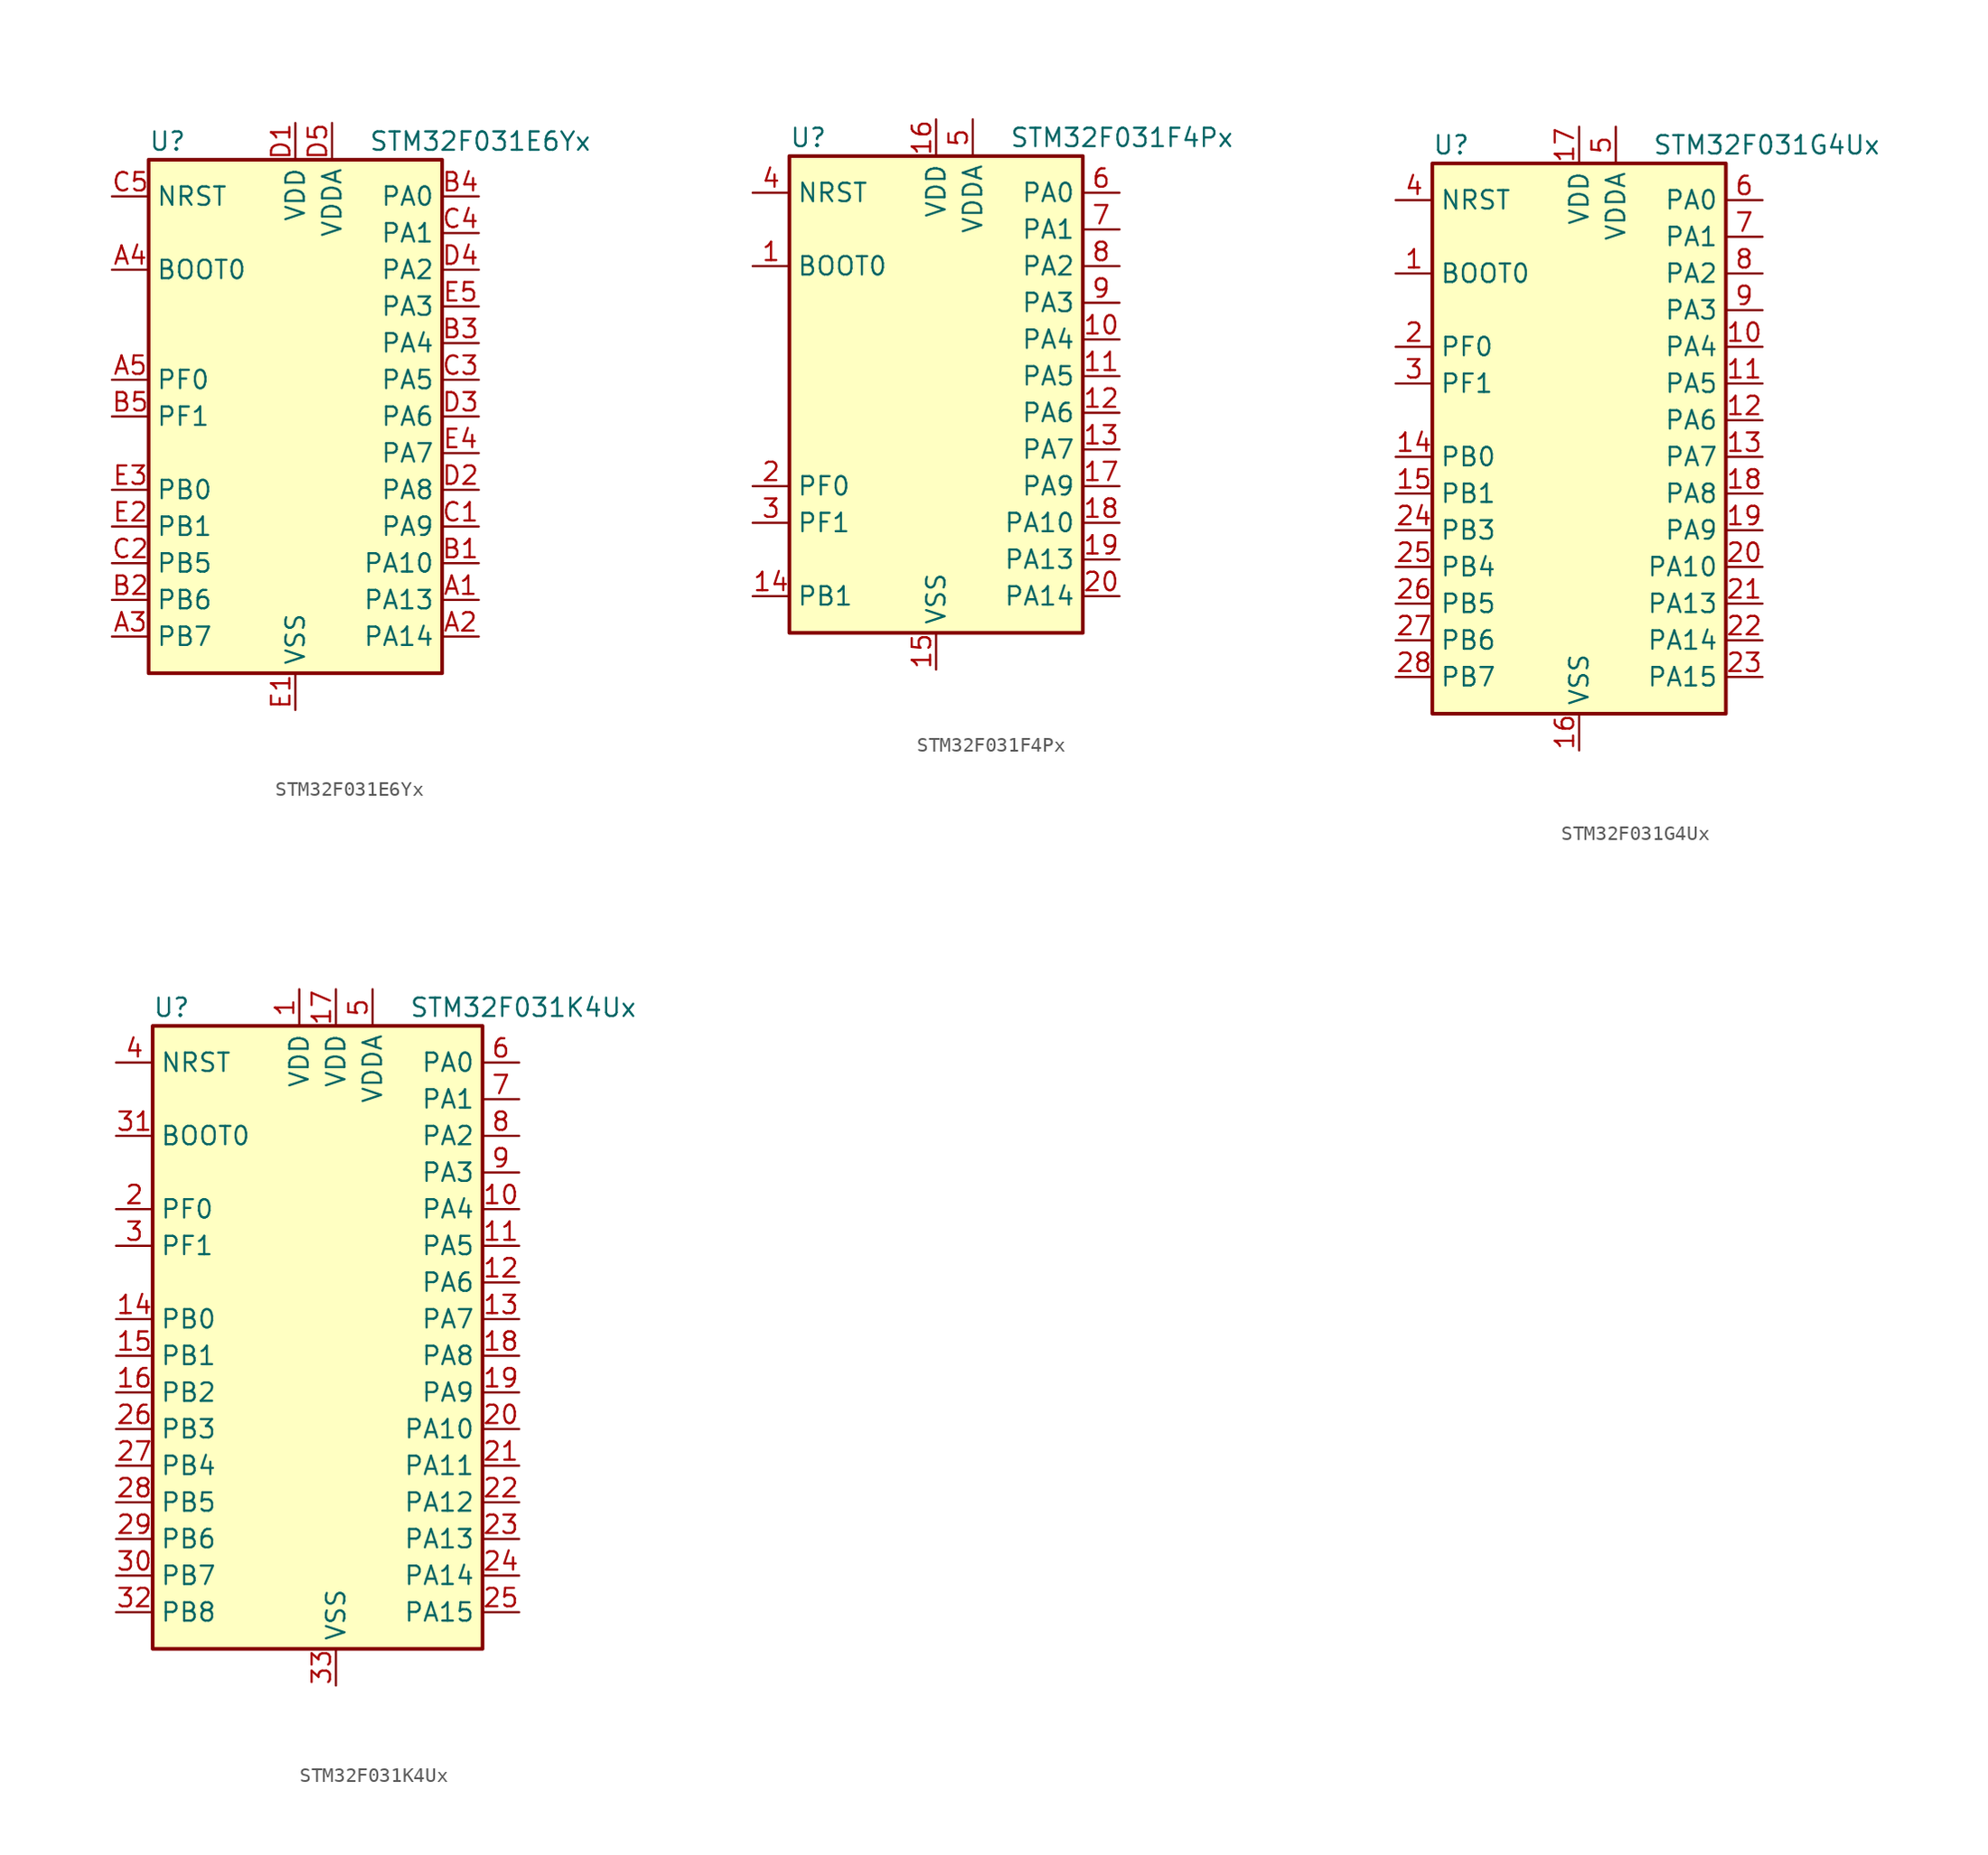
<source format=kicad_sym>
(kicad_symbol_lib
  (version 20201005)
  (generator kicad_symbol_editor)
  (symbol "STM32F031E6Yx"
    (property "Reference" "U"
      (at -10.16 19.05 0)
      (effects (font (size 1.27 1.27)) (justify left)))
    (property "Value" "STM32F031E6Yx"
      (at 5.08 19.05 0)
      (effects (font (size 1.27 1.27)) (justify left)))
    (symbol "STM32F031E6Yx_0_1"
      (rectangle (start -10.16 -17.78) (end 10.16 17.78) (stroke (width 0.254)) (fill (type background))))
    (symbol "STM32F031E6Yx_1_1"
      (pin bidirectional line (at 12.7 -12.7 180) (length 2.54) (name "PA13" (effects (font (size 1.27 1.27)))) (number "A1" (effects (font (size 1.27 1.27)))))
      (pin bidirectional line (at 12.7 -15.24 180) (length 2.54) (name "PA14" (effects (font (size 1.27 1.27)))) (number "A2" (effects (font (size 1.27 1.27)))))
      (pin bidirectional line (at -12.7 -15.24 0) (length 2.54) (name "PB7" (effects (font (size 1.27 1.27)))) (number "A3" (effects (font (size 1.27 1.27)))))
      (pin input line (at -12.7 10.16 0) (length 2.54) (name "BOOT0" (effects (font (size 1.27 1.27)))) (number "A4" (effects (font (size 1.27 1.27)))))
      (pin input line (at -12.7 2.54 0) (length 2.54) (name "PF0" (effects (font (size 1.27 1.27)))) (number "A5" (effects (font (size 1.27 1.27)))))
      (pin bidirectional line (at 12.7 -10.16 180) (length 2.54) (name "PA10" (effects (font (size 1.27 1.27)))) (number "B1" (effects (font (size 1.27 1.27)))))
      (pin bidirectional line (at -12.7 -12.7 0) (length 2.54) (name "PB6" (effects (font (size 1.27 1.27)))) (number "B2" (effects (font (size 1.27 1.27)))))
      (pin bidirectional line (at 12.7 5.08 180) (length 2.54) (name "PA4" (effects (font (size 1.27 1.27)))) (number "B3" (effects (font (size 1.27 1.27)))))
      (pin bidirectional line (at 12.7 15.24 180) (length 2.54) (name "PA0" (effects (font (size 1.27 1.27)))) (number "B4" (effects (font (size 1.27 1.27)))))
      (pin input line (at -12.7 0 0) (length 2.54) (name "PF1" (effects (font (size 1.27 1.27)))) (number "B5" (effects (font (size 1.27 1.27)))))
      (pin bidirectional line (at 12.7 -7.62 180) (length 2.54) (name "PA9" (effects (font (size 1.27 1.27)))) (number "C1" (effects (font (size 1.27 1.27)))))
      (pin bidirectional line (at -12.7 -10.16 0) (length 2.54) (name "PB5" (effects (font (size 1.27 1.27)))) (number "C2" (effects (font (size 1.27 1.27)))))
      (pin bidirectional line (at 12.7 2.54 180) (length 2.54) (name "PA5" (effects (font (size 1.27 1.27)))) (number "C3" (effects (font (size 1.27 1.27)))))
      (pin bidirectional line (at 12.7 12.7 180) (length 2.54) (name "PA1" (effects (font (size 1.27 1.27)))) (number "C4" (effects (font (size 1.27 1.27)))))
      (pin input line (at -12.7 15.24 0) (length 2.54) (name "NRST" (effects (font (size 1.27 1.27)))) (number "C5" (effects (font (size 1.27 1.27)))))
      (pin power_in line (at 0 20.32 270) (length 2.54) (name "VDD" (effects (font (size 1.27 1.27)))) (number "D1" (effects (font (size 1.27 1.27)))))
      (pin bidirectional line (at 12.7 -5.08 180) (length 2.54) (name "PA8" (effects (font (size 1.27 1.27)))) (number "D2" (effects (font (size 1.27 1.27)))))
      (pin bidirectional line (at 12.7 0 180) (length 2.54) (name "PA6" (effects (font (size 1.27 1.27)))) (number "D3" (effects (font (size 1.27 1.27)))))
      (pin bidirectional line (at 12.7 10.16 180) (length 2.54) (name "PA2" (effects (font (size 1.27 1.27)))) (number "D4" (effects (font (size 1.27 1.27)))))
      (pin power_in line (at 2.54 20.32 270) (length 2.54) (name "VDDA" (effects (font (size 1.27 1.27)))) (number "D5" (effects (font (size 1.27 1.27)))))
      (pin power_in line (at 0 -20.32 90) (length 2.54) (name "VSS" (effects (font (size 1.27 1.27)))) (number "E1" (effects (font (size 1.27 1.27)))))
      (pin bidirectional line (at -12.7 -7.62 0) (length 2.54) (name "PB1" (effects (font (size 1.27 1.27)))) (number "E2" (effects (font (size 1.27 1.27)))))
      (pin bidirectional line (at -12.7 -5.08 0) (length 2.54) (name "PB0" (effects (font (size 1.27 1.27)))) (number "E3" (effects (font (size 1.27 1.27)))))
      (pin bidirectional line (at 12.7 -2.54 180) (length 2.54) (name "PA7" (effects (font (size 1.27 1.27)))) (number "E4" (effects (font (size 1.27 1.27)))))
      (pin bidirectional line (at 12.7 7.62 180) (length 2.54) (name "PA3" (effects (font (size 1.27 1.27)))) (number "E5" (effects (font (size 1.27 1.27)))))))
  (symbol "STM32F031F4Px"
    (property "Reference" "U"
      (at -10.16 16.51 0)
      (effects (font (size 1.27 1.27)) (justify left)))
    (property "Value" "STM32F031F4Px"
      (at 5.08 16.51 0)
      (effects (font (size 1.27 1.27)) (justify left)))
    (symbol "STM32F031F4Px_0_1"
      (rectangle (start -10.16 -17.78) (end 10.16 15.24) (stroke (width 0.254)) (fill (type background))))
    (symbol "STM32F031F4Px_1_1"
      (pin input line (at -12.7 7.62 0) (length 2.54) (name "BOOT0" (effects (font (size 1.27 1.27)))) (number "1" (effects (font (size 1.27 1.27)))))
      (pin bidirectional line (at 12.7 2.54 180) (length 2.54) (name "PA4" (effects (font (size 1.27 1.27)))) (number "10" (effects (font (size 1.27 1.27)))))
      (pin bidirectional line (at 12.7 0 180) (length 2.54) (name "PA5" (effects (font (size 1.27 1.27)))) (number "11" (effects (font (size 1.27 1.27)))))
      (pin bidirectional line (at 12.7 -2.54 180) (length 2.54) (name "PA6" (effects (font (size 1.27 1.27)))) (number "12" (effects (font (size 1.27 1.27)))))
      (pin bidirectional line (at 12.7 -5.08 180) (length 2.54) (name "PA7" (effects (font (size 1.27 1.27)))) (number "13" (effects (font (size 1.27 1.27)))))
      (pin bidirectional line (at -12.7 -15.24 0) (length 2.54) (name "PB1" (effects (font (size 1.27 1.27)))) (number "14" (effects (font (size 1.27 1.27)))))
      (pin power_in line (at 0 -20.32 90) (length 2.54) (name "VSS" (effects (font (size 1.27 1.27)))) (number "15" (effects (font (size 1.27 1.27)))))
      (pin power_in line (at 0 17.78 270) (length 2.54) (name "VDD" (effects (font (size 1.27 1.27)))) (number "16" (effects (font (size 1.27 1.27)))))
      (pin bidirectional line (at 12.7 -7.62 180) (length 2.54) (name "PA9" (effects (font (size 1.27 1.27)))) (number "17" (effects (font (size 1.27 1.27)))))
      (pin bidirectional line (at 12.7 -10.16 180) (length 2.54) (name "PA10" (effects (font (size 1.27 1.27)))) (number "18" (effects (font (size 1.27 1.27)))))
      (pin bidirectional line (at 12.7 -12.7 180) (length 2.54) (name "PA13" (effects (font (size 1.27 1.27)))) (number "19" (effects (font (size 1.27 1.27)))))
      (pin input line (at -12.7 -7.62 0) (length 2.54) (name "PF0" (effects (font (size 1.27 1.27)))) (number "2" (effects (font (size 1.27 1.27)))))
      (pin bidirectional line (at 12.7 -15.24 180) (length 2.54) (name "PA14" (effects (font (size 1.27 1.27)))) (number "20" (effects (font (size 1.27 1.27)))))
      (pin input line (at -12.7 -10.16 0) (length 2.54) (name "PF1" (effects (font (size 1.27 1.27)))) (number "3" (effects (font (size 1.27 1.27)))))
      (pin input line (at -12.7 12.7 0) (length 2.54) (name "NRST" (effects (font (size 1.27 1.27)))) (number "4" (effects (font (size 1.27 1.27)))))
      (pin power_in line (at 2.54 17.78 270) (length 2.54) (name "VDDA" (effects (font (size 1.27 1.27)))) (number "5" (effects (font (size 1.27 1.27)))))
      (pin bidirectional line (at 12.7 12.7 180) (length 2.54) (name "PA0" (effects (font (size 1.27 1.27)))) (number "6" (effects (font (size 1.27 1.27)))))
      (pin bidirectional line (at 12.7 10.16 180) (length 2.54) (name "PA1" (effects (font (size 1.27 1.27)))) (number "7" (effects (font (size 1.27 1.27)))))
      (pin bidirectional line (at 12.7 7.62 180) (length 2.54) (name "PA2" (effects (font (size 1.27 1.27)))) (number "8" (effects (font (size 1.27 1.27)))))
      (pin bidirectional line (at 12.7 5.08 180) (length 2.54) (name "PA3" (effects (font (size 1.27 1.27)))) (number "9" (effects (font (size 1.27 1.27)))))))
  (symbol "STM32F031G4Ux"
    (property "Reference" "U"
      (at -10.16 19.05 0)
      (effects (font (size 1.27 1.27)) (justify left)))
    (property "Value" "STM32F031G4Ux"
      (at 5.08 19.05 0)
      (effects (font (size 1.27 1.27)) (justify left)))
    (symbol "STM32F031G4Ux_0_1"
      (rectangle (start -10.16 -20.32) (end 10.16 17.78) (stroke (width 0.254)) (fill (type background))))
    (symbol "STM32F031G4Ux_1_1"
      (pin input line (at -12.7 10.16 0) (length 2.54) (name "BOOT0" (effects (font (size 1.27 1.27)))) (number "1" (effects (font (size 1.27 1.27)))))
      (pin bidirectional line (at 12.7 5.08 180) (length 2.54) (name "PA4" (effects (font (size 1.27 1.27)))) (number "10" (effects (font (size 1.27 1.27)))))
      (pin bidirectional line (at 12.7 2.54 180) (length 2.54) (name "PA5" (effects (font (size 1.27 1.27)))) (number "11" (effects (font (size 1.27 1.27)))))
      (pin bidirectional line (at 12.7 0 180) (length 2.54) (name "PA6" (effects (font (size 1.27 1.27)))) (number "12" (effects (font (size 1.27 1.27)))))
      (pin bidirectional line (at 12.7 -2.54 180) (length 2.54) (name "PA7" (effects (font (size 1.27 1.27)))) (number "13" (effects (font (size 1.27 1.27)))))
      (pin bidirectional line (at -12.7 -2.54 0) (length 2.54) (name "PB0" (effects (font (size 1.27 1.27)))) (number "14" (effects (font (size 1.27 1.27)))))
      (pin bidirectional line (at -12.7 -5.08 0) (length 2.54) (name "PB1" (effects (font (size 1.27 1.27)))) (number "15" (effects (font (size 1.27 1.27)))))
      (pin power_in line (at 0 -22.86 90) (length 2.54) (name "VSS" (effects (font (size 1.27 1.27)))) (number "16" (effects (font (size 1.27 1.27)))))
      (pin power_in line (at 0 20.32 270) (length 2.54) (name "VDD" (effects (font (size 1.27 1.27)))) (number "17" (effects (font (size 1.27 1.27)))))
      (pin bidirectional line (at 12.7 -5.08 180) (length 2.54) (name "PA8" (effects (font (size 1.27 1.27)))) (number "18" (effects (font (size 1.27 1.27)))))
      (pin bidirectional line (at 12.7 -7.62 180) (length 2.54) (name "PA9" (effects (font (size 1.27 1.27)))) (number "19" (effects (font (size 1.27 1.27)))))
      (pin input line (at -12.7 5.08 0) (length 2.54) (name "PF0" (effects (font (size 1.27 1.27)))) (number "2" (effects (font (size 1.27 1.27)))))
      (pin bidirectional line (at 12.7 -10.16 180) (length 2.54) (name "PA10" (effects (font (size 1.27 1.27)))) (number "20" (effects (font (size 1.27 1.27)))))
      (pin bidirectional line (at 12.7 -12.7 180) (length 2.54) (name "PA13" (effects (font (size 1.27 1.27)))) (number "21" (effects (font (size 1.27 1.27)))))
      (pin bidirectional line (at 12.7 -15.24 180) (length 2.54) (name "PA14" (effects (font (size 1.27 1.27)))) (number "22" (effects (font (size 1.27 1.27)))))
      (pin bidirectional line (at 12.7 -17.78 180) (length 2.54) (name "PA15" (effects (font (size 1.27 1.27)))) (number "23" (effects (font (size 1.27 1.27)))))
      (pin bidirectional line (at -12.7 -7.62 0) (length 2.54) (name "PB3" (effects (font (size 1.27 1.27)))) (number "24" (effects (font (size 1.27 1.27)))))
      (pin bidirectional line (at -12.7 -10.16 0) (length 2.54) (name "PB4" (effects (font (size 1.27 1.27)))) (number "25" (effects (font (size 1.27 1.27)))))
      (pin bidirectional line (at -12.7 -12.7 0) (length 2.54) (name "PB5" (effects (font (size 1.27 1.27)))) (number "26" (effects (font (size 1.27 1.27)))))
      (pin bidirectional line (at -12.7 -15.24 0) (length 2.54) (name "PB6" (effects (font (size 1.27 1.27)))) (number "27" (effects (font (size 1.27 1.27)))))
      (pin bidirectional line (at -12.7 -17.78 0) (length 2.54) (name "PB7" (effects (font (size 1.27 1.27)))) (number "28" (effects (font (size 1.27 1.27)))))
      (pin input line (at -12.7 2.54 0) (length 2.54) (name "PF1" (effects (font (size 1.27 1.27)))) (number "3" (effects (font (size 1.27 1.27)))))
      (pin input line (at -12.7 15.24 0) (length 2.54) (name "NRST" (effects (font (size 1.27 1.27)))) (number "4" (effects (font (size 1.27 1.27)))))
      (pin power_in line (at 2.54 20.32 270) (length 2.54) (name "VDDA" (effects (font (size 1.27 1.27)))) (number "5" (effects (font (size 1.27 1.27)))))
      (pin bidirectional line (at 12.7 15.24 180) (length 2.54) (name "PA0" (effects (font (size 1.27 1.27)))) (number "6" (effects (font (size 1.27 1.27)))))
      (pin bidirectional line (at 12.7 12.7 180) (length 2.54) (name "PA1" (effects (font (size 1.27 1.27)))) (number "7" (effects (font (size 1.27 1.27)))))
      (pin bidirectional line (at 12.7 10.16 180) (length 2.54) (name "PA2" (effects (font (size 1.27 1.27)))) (number "8" (effects (font (size 1.27 1.27)))))
      (pin bidirectional line (at 12.7 7.62 180) (length 2.54) (name "PA3" (effects (font (size 1.27 1.27)))) (number "9" (effects (font (size 1.27 1.27)))))))
  (symbol "STM32F031K4Ux"
    (property "Reference" "U"
      (at -12.7 21.59 0)
      (effects (font (size 1.27 1.27)) (justify left)))
    (property "Value" "STM32F031K4Ux"
      (at 5.08 21.59 0)
      (effects (font (size 1.27 1.27)) (justify left)))
    (symbol "STM32F031K4Ux_0_1"
      (rectangle (start -12.7 -22.86) (end 10.16 20.32) (stroke (width 0.254)) (fill (type background))))
    (symbol "STM32F031K4Ux_1_1"
      (pin power_in line (at -2.54 22.86 270) (length 2.54) (name "VDD" (effects (font (size 1.27 1.27)))) (number "1" (effects (font (size 1.27 1.27)))))
      (pin bidirectional line (at 12.7 7.62 180) (length 2.54) (name "PA4" (effects (font (size 1.27 1.27)))) (number "10" (effects (font (size 1.27 1.27)))))
      (pin bidirectional line (at 12.7 5.08 180) (length 2.54) (name "PA5" (effects (font (size 1.27 1.27)))) (number "11" (effects (font (size 1.27 1.27)))))
      (pin bidirectional line (at 12.7 2.54 180) (length 2.54) (name "PA6" (effects (font (size 1.27 1.27)))) (number "12" (effects (font (size 1.27 1.27)))))
      (pin bidirectional line (at 12.7 0 180) (length 2.54) (name "PA7" (effects (font (size 1.27 1.27)))) (number "13" (effects (font (size 1.27 1.27)))))
      (pin bidirectional line (at -15.24 0 0) (length 2.54) (name "PB0" (effects (font (size 1.27 1.27)))) (number "14" (effects (font (size 1.27 1.27)))))
      (pin bidirectional line (at -15.24 -2.54 0) (length 2.54) (name "PB1" (effects (font (size 1.27 1.27)))) (number "15" (effects (font (size 1.27 1.27)))))
      (pin bidirectional line (at -15.24 -5.08 0) (length 2.54) (name "PB2" (effects (font (size 1.27 1.27)))) (number "16" (effects (font (size 1.27 1.27)))))
      (pin power_in line (at 0 22.86 270) (length 2.54) (name "VDD" (effects (font (size 1.27 1.27)))) (number "17" (effects (font (size 1.27 1.27)))))
      (pin bidirectional line (at 12.7 -2.54 180) (length 2.54) (name "PA8" (effects (font (size 1.27 1.27)))) (number "18" (effects (font (size 1.27 1.27)))))
      (pin bidirectional line (at 12.7 -5.08 180) (length 2.54) (name "PA9" (effects (font (size 1.27 1.27)))) (number "19" (effects (font (size 1.27 1.27)))))
      (pin input line (at -15.24 7.62 0) (length 2.54) (name "PF0" (effects (font (size 1.27 1.27)))) (number "2" (effects (font (size 1.27 1.27)))))
      (pin bidirectional line (at 12.7 -7.62 180) (length 2.54) (name "PA10" (effects (font (size 1.27 1.27)))) (number "20" (effects (font (size 1.27 1.27)))))
      (pin bidirectional line (at 12.7 -10.16 180) (length 2.54) (name "PA11" (effects (font (size 1.27 1.27)))) (number "21" (effects (font (size 1.27 1.27)))))
      (pin bidirectional line (at 12.7 -12.7 180) (length 2.54) (name "PA12" (effects (font (size 1.27 1.27)))) (number "22" (effects (font (size 1.27 1.27)))))
      (pin bidirectional line (at 12.7 -15.24 180) (length 2.54) (name "PA13" (effects (font (size 1.27 1.27)))) (number "23" (effects (font (size 1.27 1.27)))))
      (pin bidirectional line (at 12.7 -17.78 180) (length 2.54) (name "PA14" (effects (font (size 1.27 1.27)))) (number "24" (effects (font (size 1.27 1.27)))))
      (pin bidirectional line (at 12.7 -20.32 180) (length 2.54) (name "PA15" (effects (font (size 1.27 1.27)))) (number "25" (effects (font (size 1.27 1.27)))))
      (pin bidirectional line (at -15.24 -7.62 0) (length 2.54) (name "PB3" (effects (font (size 1.27 1.27)))) (number "26" (effects (font (size 1.27 1.27)))))
      (pin bidirectional line (at -15.24 -10.16 0) (length 2.54) (name "PB4" (effects (font (size 1.27 1.27)))) (number "27" (effects (font (size 1.27 1.27)))))
      (pin bidirectional line (at -15.24 -12.7 0) (length 2.54) (name "PB5" (effects (font (size 1.27 1.27)))) (number "28" (effects (font (size 1.27 1.27)))))
      (pin bidirectional line (at -15.24 -15.24 0) (length 2.54) (name "PB6" (effects (font (size 1.27 1.27)))) (number "29" (effects (font (size 1.27 1.27)))))
      (pin input line (at -15.24 5.08 0) (length 2.54) (name "PF1" (effects (font (size 1.27 1.27)))) (number "3" (effects (font (size 1.27 1.27)))))
      (pin bidirectional line (at -15.24 -17.78 0) (length 2.54) (name "PB7" (effects (font (size 1.27 1.27)))) (number "30" (effects (font (size 1.27 1.27)))))
      (pin input line (at -15.24 12.7 0) (length 2.54) (name "BOOT0" (effects (font (size 1.27 1.27)))) (number "31" (effects (font (size 1.27 1.27)))))
      (pin bidirectional line (at -15.24 -20.32 0) (length 2.54) (name "PB8" (effects (font (size 1.27 1.27)))) (number "32" (effects (font (size 1.27 1.27)))))
      (pin power_in line (at 0 -25.4 90) (length 2.54) (name "VSS" (effects (font (size 1.27 1.27)))) (number "33" (effects (font (size 1.27 1.27)))))
      (pin input line (at -15.24 17.78 0) (length 2.54) (name "NRST" (effects (font (size 1.27 1.27)))) (number "4" (effects (font (size 1.27 1.27)))))
      (pin power_in line (at 2.54 22.86 270) (length 2.54) (name "VDDA" (effects (font (size 1.27 1.27)))) (number "5" (effects (font (size 1.27 1.27)))))
      (pin bidirectional line (at 12.7 17.78 180) (length 2.54) (name "PA0" (effects (font (size 1.27 1.27)))) (number "6" (effects (font (size 1.27 1.27)))))
      (pin bidirectional line (at 12.7 15.24 180) (length 2.54) (name "PA1" (effects (font (size 1.27 1.27)))) (number "7" (effects (font (size 1.27 1.27)))))
      (pin bidirectional line (at 12.7 12.7 180) (length 2.54) (name "PA2" (effects (font (size 1.27 1.27)))) (number "8" (effects (font (size 1.27 1.27)))))
      (pin bidirectional line (at 12.7 10.16 180) (length 2.54) (name "PA3" (effects (font (size 1.27 1.27)))) (number "9" (effects (font (size 1.27 1.27))))))))
</source>
